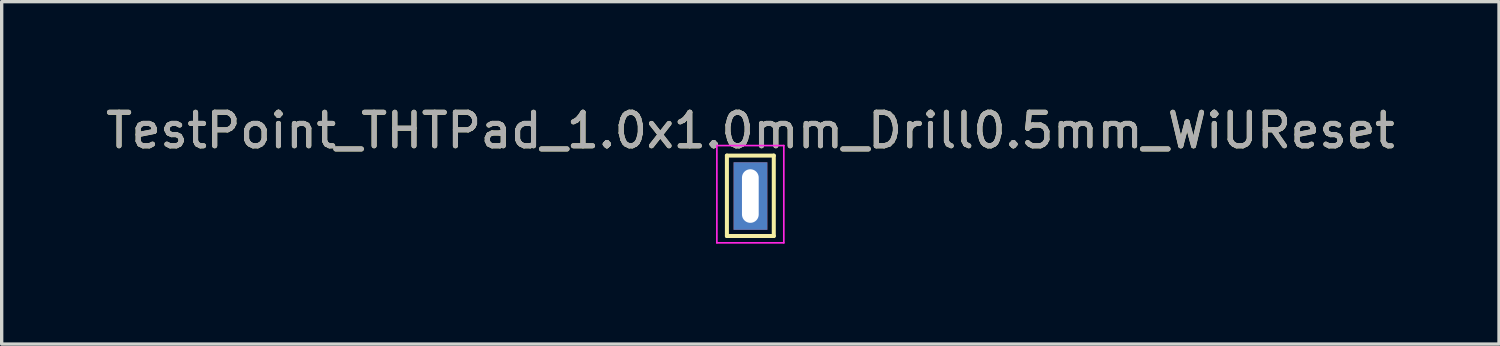
<source format=kicad_pcb>
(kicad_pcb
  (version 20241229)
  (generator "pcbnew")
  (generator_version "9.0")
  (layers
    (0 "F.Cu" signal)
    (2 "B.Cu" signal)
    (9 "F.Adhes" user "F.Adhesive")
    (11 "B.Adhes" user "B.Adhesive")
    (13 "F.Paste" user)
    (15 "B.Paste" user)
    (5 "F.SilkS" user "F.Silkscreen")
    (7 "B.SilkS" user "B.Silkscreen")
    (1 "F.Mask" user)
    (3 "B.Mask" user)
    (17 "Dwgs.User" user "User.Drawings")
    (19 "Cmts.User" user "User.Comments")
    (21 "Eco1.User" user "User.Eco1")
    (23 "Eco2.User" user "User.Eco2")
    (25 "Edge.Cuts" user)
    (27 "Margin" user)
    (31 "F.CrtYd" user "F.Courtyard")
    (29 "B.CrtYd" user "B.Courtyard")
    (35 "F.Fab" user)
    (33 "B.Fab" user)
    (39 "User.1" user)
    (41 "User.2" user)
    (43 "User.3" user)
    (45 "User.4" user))
  (footprint "TestPoint_THTPad_1.0x1.0mm_Drill0.5mm_WiUReset"
    (layer "F.Cu")
    (at 19.363 2.298)
    (property "Reference" "TestPoint_THTPad_1.0x1.0mm_Drill0.5mm_WiUReset" (at 0 -1.448 0) (layer "F.SilkS") (effects (font (size 1 1) (thickness 0.15))))
    (attr exclude_from_pos_files exclude_from_bom)
    (fp_line (start -0.7 -0.7) (end 0.7 -0.7) (stroke (width 0.12) (type solid)) (layer "F.SilkS"))
    (fp_line (start -0.7 1.702) (end -0.7 -0.7) (stroke (width 0.12) (type solid)) (layer "F.SilkS"))
    (fp_line (start 0.7 -0.7) (end 0.7 1.702) (stroke (width 0.12) (type solid)) (layer "F.SilkS"))
    (fp_line (start 0.7 1.702) (end -0.7 1.702) (stroke (width 0.12) (type solid)) (layer "F.SilkS"))
    (fp_line (start -1 -1) (end -1 1.905) (stroke (width 0.05) (type solid)) (layer "F.CrtYd"))
    (fp_line (start -1 -1) (end 1 -1) (stroke (width 0.05) (type solid)) (layer "F.CrtYd"))
    (fp_line (start 1 1.905) (end -1 1.905) (stroke (width 0.05) (type solid)) (layer "F.CrtYd"))
    (fp_line (start 1 1.905) (end 1 -1) (stroke (width 0.05) (type solid)) (layer "F.CrtYd"))
    (fp_text user "${REFERENCE}" (at 0 -1.45 0) (layer "F.Fab") (effects (font (size 1 1) (thickness 0.15))))
    (pad "1" thru_hole rect (at 0 0.508) (size 1.008 2.017) (drill oval 0.5 1.6 (offset 0.004 0)) (layers "*.Cu" "*.Mask")))
  (gr_rect
    (start -3 -3)
    (end 41.726 7.228)
    (stroke (width 0.1) (type default))
    (fill no)
    (layer "Edge.Cuts")))
</source>
